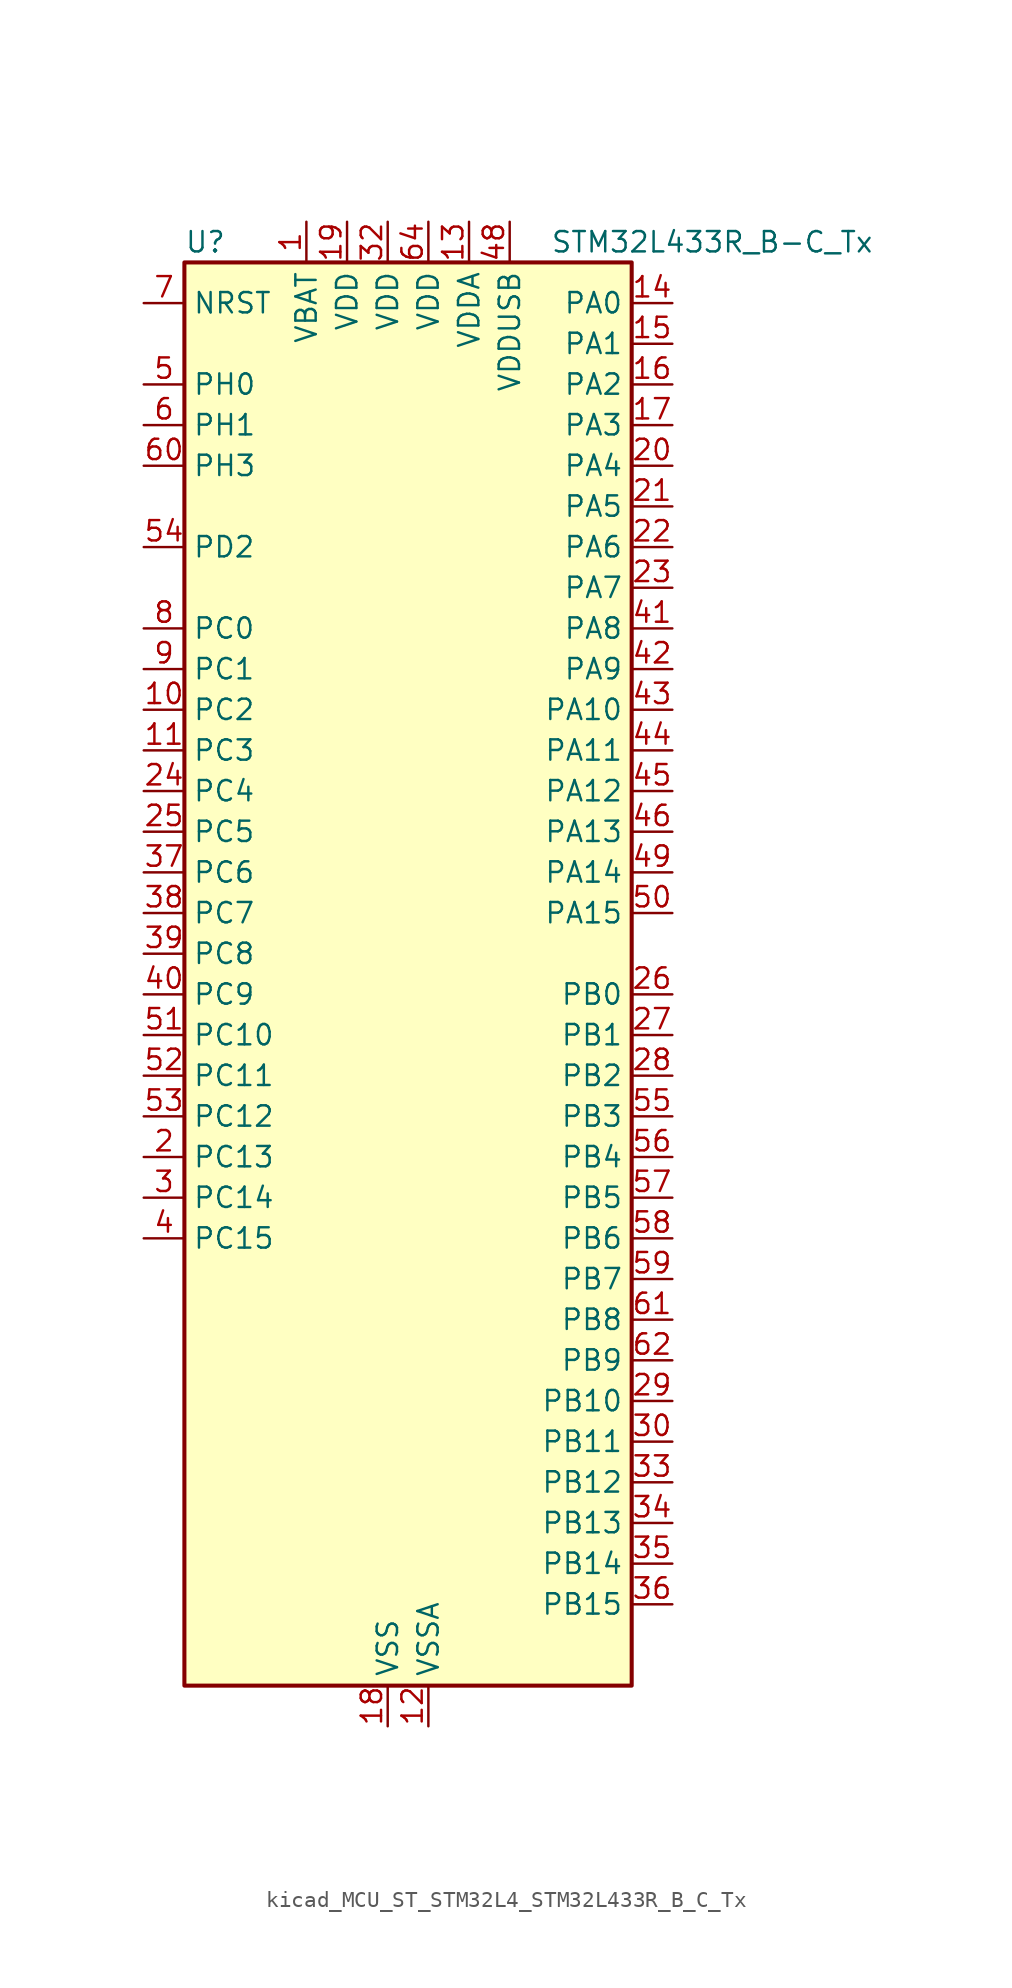
<source format=kicad_sym>
(kicad_symbol_lib
  (version 20220914)
  (generator kicad_symbol_editor)
  (symbol "kicad_MCU_ST_STM32L4_STM32L433R_B_C_Tx"
    (property "Reference" "U"
      (at -12.7 46.99 0)
      (effects (font (size 1.27 1.27)) (justify left)))
    (property "Value" "STM32L433R_B-C_Tx"
      (at 10.16 46.99 0)
      (effects (font (size 1.27 1.27)) (justify left)))
    (property "ki_locked" ""
      (at 0 0 0)
      (effects (font (size 1.27 1.27))))
    (symbol "kicad_MCU_ST_STM32L4_STM32L433R_B_C_Tx_0_1"
      (rectangle (start -12.7 -43.18) (end 15.24 45.72) (stroke (width 0.254) (type default)) (fill (type background))))
    (symbol "kicad_MCU_ST_STM32L4_STM32L433R_B_C_Tx_1_1"
      (pin power_in line (at -5.08 48.26 270) (length 2.54) (name "VBAT" (effects (font (size 1.27 1.27)))) (number "1" (effects (font (size 1.27 1.27)))))
      (pin bidirectional line (at -15.24 17.78 0) (length 2.54) (name "PC2" (effects (font (size 1.27 1.27)))) (number "10" (effects (font (size 1.27 1.27)))) (alternate "ADC1_IN3" bidirectional line) (alternate "LCD_SEG20" bidirectional line) (alternate "LPTIM1_IN2" bidirectional line) (alternate "SPI2_MISO" bidirectional line))
      (pin bidirectional line (at -15.24 15.24 0) (length 2.54) (name "PC3" (effects (font (size 1.27 1.27)))) (number "11" (effects (font (size 1.27 1.27)))) (alternate "ADC1_IN4" bidirectional line) (alternate "LCD_VLCD" bidirectional line) (alternate "LPTIM1_ETR" bidirectional line) (alternate "LPTIM2_ETR" bidirectional line) (alternate "SAI1_SD_A" bidirectional line) (alternate "SPI2_MOSI" bidirectional line))
      (pin power_in line (at 2.54 -45.72 90) (length 2.54) (name "VSSA" (effects (font (size 1.27 1.27)))) (number "12" (effects (font (size 1.27 1.27)))))
      (pin power_in line (at 5.08 48.26 270) (length 2.54) (name "VDDA" (effects (font (size 1.27 1.27)))) (number "13" (effects (font (size 1.27 1.27)))))
      (pin bidirectional line (at 17.78 43.18 180) (length 2.54) (name "PA0" (effects (font (size 1.27 1.27)))) (number "14" (effects (font (size 1.27 1.27)))) (alternate "ADC1_IN5" bidirectional line) (alternate "COMP1_INM" bidirectional line) (alternate "COMP1_OUT" bidirectional line) (alternate "OPAMP1_VINP" bidirectional line) (alternate "RTC_TAMP2" bidirectional line) (alternate "SAI1_EXTCLK" bidirectional line) (alternate "SYS_WKUP1" bidirectional line) (alternate "TIM2_CH1" bidirectional line) (alternate "TIM2_ETR" bidirectional line) (alternate "USART2_CTS" bidirectional line))
      (pin bidirectional line (at 17.78 40.64 180) (length 2.54) (name "PA1" (effects (font (size 1.27 1.27)))) (number "15" (effects (font (size 1.27 1.27)))) (alternate "ADC1_IN6" bidirectional line) (alternate "COMP1_INP" bidirectional line) (alternate "I2C1_SMBA" bidirectional line) (alternate "LCD_SEG0" bidirectional line) (alternate "OPAMP1_VINM" bidirectional line) (alternate "SPI1_SCK" bidirectional line) (alternate "TIM15_CH1N" bidirectional line) (alternate "TIM2_CH2" bidirectional line) (alternate "USART2_DE" bidirectional line) (alternate "USART2_RTS" bidirectional line))
      (pin bidirectional line (at 17.78 38.1 180) (length 2.54) (name "PA2" (effects (font (size 1.27 1.27)))) (number "16" (effects (font (size 1.27 1.27)))) (alternate "ADC1_IN7" bidirectional line) (alternate "COMP2_INM" bidirectional line) (alternate "COMP2_OUT" bidirectional line) (alternate "LCD_SEG1" bidirectional line) (alternate "LPUART1_TX" bidirectional line) (alternate "QUADSPI_BK1_NCS" bidirectional line) (alternate "RCC_LSCO" bidirectional line) (alternate "SYS_WKUP4" bidirectional line) (alternate "TIM15_CH1" bidirectional line) (alternate "TIM2_CH3" bidirectional line) (alternate "USART2_TX" bidirectional line))
      (pin bidirectional line (at 17.78 35.56 180) (length 2.54) (name "PA3" (effects (font (size 1.27 1.27)))) (number "17" (effects (font (size 1.27 1.27)))) (alternate "ADC1_IN8" bidirectional line) (alternate "COMP2_INP" bidirectional line) (alternate "LCD_SEG2" bidirectional line) (alternate "LPUART1_RX" bidirectional line) (alternate "OPAMP1_VOUT" bidirectional line) (alternate "QUADSPI_CLK" bidirectional line) (alternate "SAI1_MCLK_A" bidirectional line) (alternate "TIM15_CH2" bidirectional line) (alternate "TIM2_CH4" bidirectional line) (alternate "USART2_RX" bidirectional line))
      (pin power_in line (at 0 -45.72 90) (length 2.54) (name "VSS" (effects (font (size 1.27 1.27)))) (number "18" (effects (font (size 1.27 1.27)))))
      (pin power_in line (at -2.54 48.26 270) (length 2.54) (name "VDD" (effects (font (size 1.27 1.27)))) (number "19" (effects (font (size 1.27 1.27)))))
      (pin bidirectional line (at -15.24 -10.16 0) (length 2.54) (name "PC13" (effects (font (size 1.27 1.27)))) (number "2" (effects (font (size 1.27 1.27)))) (alternate "RTC_OUT_ALARM" bidirectional line) (alternate "RTC_OUT_CALIB" bidirectional line) (alternate "RTC_TAMP1" bidirectional line) (alternate "RTC_TS" bidirectional line) (alternate "SYS_WKUP2" bidirectional line))
      (pin bidirectional line (at 17.78 33.02 180) (length 2.54) (name "PA4" (effects (font (size 1.27 1.27)))) (number "20" (effects (font (size 1.27 1.27)))) (alternate "ADC1_IN9" bidirectional line) (alternate "COMP1_INM" bidirectional line) (alternate "COMP2_INM" bidirectional line) (alternate "DAC1_OUT1" bidirectional line) (alternate "LPTIM2_OUT" bidirectional line) (alternate "SAI1_FS_B" bidirectional line) (alternate "SPI1_NSS" bidirectional line) (alternate "SPI3_NSS" bidirectional line) (alternate "USART2_CK" bidirectional line))
      (pin bidirectional line (at 17.78 30.48 180) (length 2.54) (name "PA5" (effects (font (size 1.27 1.27)))) (number "21" (effects (font (size 1.27 1.27)))) (alternate "ADC1_IN10" bidirectional line) (alternate "COMP1_INM" bidirectional line) (alternate "COMP2_INM" bidirectional line) (alternate "DAC1_OUT2" bidirectional line) (alternate "LPTIM2_ETR" bidirectional line) (alternate "SPI1_SCK" bidirectional line) (alternate "TIM2_CH1" bidirectional line) (alternate "TIM2_ETR" bidirectional line))
      (pin bidirectional line (at 17.78 27.94 180) (length 2.54) (name "PA6" (effects (font (size 1.27 1.27)))) (number "22" (effects (font (size 1.27 1.27)))) (alternate "ADC1_IN11" bidirectional line) (alternate "COMP1_OUT" bidirectional line) (alternate "LCD_SEG3" bidirectional line) (alternate "LPUART1_CTS" bidirectional line) (alternate "QUADSPI_BK1_IO3" bidirectional line) (alternate "SPI1_MISO" bidirectional line) (alternate "TIM16_CH1" bidirectional line) (alternate "TIM1_BKIN" bidirectional line) (alternate "TIM1_BKIN_COMP2" bidirectional line) (alternate "USART3_CTS" bidirectional line))
      (pin bidirectional line (at 17.78 25.4 180) (length 2.54) (name "PA7" (effects (font (size 1.27 1.27)))) (number "23" (effects (font (size 1.27 1.27)))) (alternate "ADC1_IN12" bidirectional line) (alternate "COMP2_OUT" bidirectional line) (alternate "I2C3_SCL" bidirectional line) (alternate "LCD_SEG4" bidirectional line) (alternate "QUADSPI_BK1_IO2" bidirectional line) (alternate "SPI1_MOSI" bidirectional line) (alternate "TIM1_CH1N" bidirectional line))
      (pin bidirectional line (at -15.24 12.7 0) (length 2.54) (name "PC4" (effects (font (size 1.27 1.27)))) (number "24" (effects (font (size 1.27 1.27)))) (alternate "ADC1_IN13" bidirectional line) (alternate "COMP1_INM" bidirectional line) (alternate "LCD_SEG22" bidirectional line) (alternate "USART3_TX" bidirectional line))
      (pin bidirectional line (at -15.24 10.16 0) (length 2.54) (name "PC5" (effects (font (size 1.27 1.27)))) (number "25" (effects (font (size 1.27 1.27)))) (alternate "ADC1_IN14" bidirectional line) (alternate "COMP1_INP" bidirectional line) (alternate "LCD_SEG23" bidirectional line) (alternate "SYS_WKUP5" bidirectional line) (alternate "USART3_RX" bidirectional line))
      (pin bidirectional line (at 17.78 0 180) (length 2.54) (name "PB0" (effects (font (size 1.27 1.27)))) (number "26" (effects (font (size 1.27 1.27)))) (alternate "ADC1_IN15" bidirectional line) (alternate "COMP1_OUT" bidirectional line) (alternate "LCD_SEG5" bidirectional line) (alternate "QUADSPI_BK1_IO1" bidirectional line) (alternate "SAI1_EXTCLK" bidirectional line) (alternate "SPI1_NSS" bidirectional line) (alternate "TIM1_CH2N" bidirectional line) (alternate "USART3_CK" bidirectional line))
      (pin bidirectional line (at 17.78 -2.54 180) (length 2.54) (name "PB1" (effects (font (size 1.27 1.27)))) (number "27" (effects (font (size 1.27 1.27)))) (alternate "ADC1_IN16" bidirectional line) (alternate "COMP1_INM" bidirectional line) (alternate "LCD_SEG6" bidirectional line) (alternate "LPTIM2_IN1" bidirectional line) (alternate "LPUART1_DE" bidirectional line) (alternate "LPUART1_RTS" bidirectional line) (alternate "QUADSPI_BK1_IO0" bidirectional line) (alternate "TIM1_CH3N" bidirectional line) (alternate "USART3_DE" bidirectional line) (alternate "USART3_RTS" bidirectional line))
      (pin bidirectional line (at 17.78 -5.08 180) (length 2.54) (name "PB2" (effects (font (size 1.27 1.27)))) (number "28" (effects (font (size 1.27 1.27)))) (alternate "COMP1_INP" bidirectional line) (alternate "I2C3_SMBA" bidirectional line) (alternate "LCD_VLCD" bidirectional line) (alternate "LPTIM1_OUT" bidirectional line) (alternate "RTC_OUT_ALARM" bidirectional line) (alternate "RTC_OUT_CALIB" bidirectional line))
      (pin bidirectional line (at 17.78 -25.4 180) (length 2.54) (name "PB10" (effects (font (size 1.27 1.27)))) (number "29" (effects (font (size 1.27 1.27)))) (alternate "COMP1_OUT" bidirectional line) (alternate "I2C2_SCL" bidirectional line) (alternate "LCD_SEG10" bidirectional line) (alternate "LPUART1_RX" bidirectional line) (alternate "QUADSPI_CLK" bidirectional line) (alternate "SAI1_SCK_A" bidirectional line) (alternate "SPI2_SCK" bidirectional line) (alternate "TIM2_CH3" bidirectional line) (alternate "TSC_SYNC" bidirectional line) (alternate "USART3_TX" bidirectional line))
      (pin bidirectional line (at -15.24 -12.7 0) (length 2.54) (name "PC14" (effects (font (size 1.27 1.27)))) (number "3" (effects (font (size 1.27 1.27)))) (alternate "RCC_OSC32_IN" bidirectional line))
      (pin bidirectional line (at 17.78 -27.94 180) (length 2.54) (name "PB11" (effects (font (size 1.27 1.27)))) (number "30" (effects (font (size 1.27 1.27)))) (alternate "ADC1_EXTI11" bidirectional line) (alternate "COMP2_OUT" bidirectional line) (alternate "I2C2_SDA" bidirectional line) (alternate "LCD_SEG11" bidirectional line) (alternate "LPUART1_TX" bidirectional line) (alternate "QUADSPI_BK1_NCS" bidirectional line) (alternate "TIM2_CH4" bidirectional line) (alternate "USART3_RX" bidirectional line))
      (pin passive line (at 0 -45.72 90) (length 2.54) hide (name "VSS" (effects (font (size 1.27 1.27)))) (number "31" (effects (font (size 1.27 1.27)))))
      (pin power_in line (at 0 48.26 270) (length 2.54) (name "VDD" (effects (font (size 1.27 1.27)))) (number "32" (effects (font (size 1.27 1.27)))))
      (pin bidirectional line (at 17.78 -30.48 180) (length 2.54) (name "PB12" (effects (font (size 1.27 1.27)))) (number "33" (effects (font (size 1.27 1.27)))) (alternate "I2C2_SMBA" bidirectional line) (alternate "LCD_SEG12" bidirectional line) (alternate "LPUART1_DE" bidirectional line) (alternate "LPUART1_RTS" bidirectional line) (alternate "SAI1_FS_A" bidirectional line) (alternate "SPI2_NSS" bidirectional line) (alternate "SWPMI1_IO" bidirectional line) (alternate "TIM15_BKIN" bidirectional line) (alternate "TIM1_BKIN" bidirectional line) (alternate "TIM1_BKIN_COMP2" bidirectional line) (alternate "TSC_G1_IO1" bidirectional line) (alternate "USART3_CK" bidirectional line))
      (pin bidirectional line (at 17.78 -33.02 180) (length 2.54) (name "PB13" (effects (font (size 1.27 1.27)))) (number "34" (effects (font (size 1.27 1.27)))) (alternate "I2C2_SCL" bidirectional line) (alternate "LCD_SEG13" bidirectional line) (alternate "LPUART1_CTS" bidirectional line) (alternate "SAI1_SCK_A" bidirectional line) (alternate "SPI2_SCK" bidirectional line) (alternate "SWPMI1_TX" bidirectional line) (alternate "TIM15_CH1N" bidirectional line) (alternate "TIM1_CH1N" bidirectional line) (alternate "TSC_G1_IO2" bidirectional line) (alternate "USART3_CTS" bidirectional line))
      (pin bidirectional line (at 17.78 -35.56 180) (length 2.54) (name "PB14" (effects (font (size 1.27 1.27)))) (number "35" (effects (font (size 1.27 1.27)))) (alternate "I2C2_SDA" bidirectional line) (alternate "LCD_SEG14" bidirectional line) (alternate "SAI1_MCLK_A" bidirectional line) (alternate "SPI2_MISO" bidirectional line) (alternate "SWPMI1_RX" bidirectional line) (alternate "TIM15_CH1" bidirectional line) (alternate "TIM1_CH2N" bidirectional line) (alternate "TSC_G1_IO3" bidirectional line) (alternate "USART3_DE" bidirectional line) (alternate "USART3_RTS" bidirectional line))
      (pin bidirectional line (at 17.78 -38.1 180) (length 2.54) (name "PB15" (effects (font (size 1.27 1.27)))) (number "36" (effects (font (size 1.27 1.27)))) (alternate "ADC1_EXTI15" bidirectional line) (alternate "LCD_SEG15" bidirectional line) (alternate "RTC_REFIN" bidirectional line) (alternate "SAI1_SD_A" bidirectional line) (alternate "SPI2_MOSI" bidirectional line) (alternate "SWPMI1_SUSPEND" bidirectional line) (alternate "TIM15_CH2" bidirectional line) (alternate "TIM1_CH3N" bidirectional line) (alternate "TSC_G1_IO4" bidirectional line))
      (pin bidirectional line (at -15.24 7.62 0) (length 2.54) (name "PC6" (effects (font (size 1.27 1.27)))) (number "37" (effects (font (size 1.27 1.27)))) (alternate "LCD_SEG24" bidirectional line) (alternate "SDMMC1_D6" bidirectional line) (alternate "TSC_G4_IO1" bidirectional line))
      (pin bidirectional line (at -15.24 5.08 0) (length 2.54) (name "PC7" (effects (font (size 1.27 1.27)))) (number "38" (effects (font (size 1.27 1.27)))) (alternate "LCD_SEG25" bidirectional line) (alternate "SDMMC1_D7" bidirectional line) (alternate "TSC_G4_IO2" bidirectional line))
      (pin bidirectional line (at -15.24 2.54 0) (length 2.54) (name "PC8" (effects (font (size 1.27 1.27)))) (number "39" (effects (font (size 1.27 1.27)))) (alternate "LCD_SEG26" bidirectional line) (alternate "SDMMC1_D0" bidirectional line) (alternate "TSC_G4_IO3" bidirectional line))
      (pin bidirectional line (at -15.24 -15.24 0) (length 2.54) (name "PC15" (effects (font (size 1.27 1.27)))) (number "4" (effects (font (size 1.27 1.27)))) (alternate "ADC1_EXTI15" bidirectional line) (alternate "RCC_OSC32_OUT" bidirectional line))
      (pin bidirectional line (at -15.24 0 0) (length 2.54) (name "PC9" (effects (font (size 1.27 1.27)))) (number "40" (effects (font (size 1.27 1.27)))) (alternate "DAC1_EXTI9" bidirectional line) (alternate "LCD_SEG27" bidirectional line) (alternate "SDMMC1_D1" bidirectional line) (alternate "TSC_G4_IO4" bidirectional line) (alternate "USB_NOE" bidirectional line))
      (pin bidirectional line (at 17.78 22.86 180) (length 2.54) (name "PA8" (effects (font (size 1.27 1.27)))) (number "41" (effects (font (size 1.27 1.27)))) (alternate "LCD_COM0" bidirectional line) (alternate "LPTIM2_OUT" bidirectional line) (alternate "RCC_MCO" bidirectional line) (alternate "SAI1_SCK_A" bidirectional line) (alternate "SWPMI1_IO" bidirectional line) (alternate "TIM1_CH1" bidirectional line) (alternate "USART1_CK" bidirectional line))
      (pin bidirectional line (at 17.78 20.32 180) (length 2.54) (name "PA9" (effects (font (size 1.27 1.27)))) (number "42" (effects (font (size 1.27 1.27)))) (alternate "DAC1_EXTI9" bidirectional line) (alternate "I2C1_SCL" bidirectional line) (alternate "LCD_COM1" bidirectional line) (alternate "SAI1_FS_A" bidirectional line) (alternate "TIM15_BKIN" bidirectional line) (alternate "TIM1_CH2" bidirectional line) (alternate "USART1_TX" bidirectional line))
      (pin bidirectional line (at 17.78 17.78 180) (length 2.54) (name "PA10" (effects (font (size 1.27 1.27)))) (number "43" (effects (font (size 1.27 1.27)))) (alternate "CRS_SYNC" bidirectional line) (alternate "I2C1_SDA" bidirectional line) (alternate "LCD_COM2" bidirectional line) (alternate "SAI1_SD_A" bidirectional line) (alternate "TIM1_CH3" bidirectional line) (alternate "USART1_RX" bidirectional line))
      (pin bidirectional line (at 17.78 15.24 180) (length 2.54) (name "PA11" (effects (font (size 1.27 1.27)))) (number "44" (effects (font (size 1.27 1.27)))) (alternate "ADC1_EXTI11" bidirectional line) (alternate "CAN1_RX" bidirectional line) (alternate "COMP1_OUT" bidirectional line) (alternate "SPI1_MISO" bidirectional line) (alternate "TIM1_BKIN2" bidirectional line) (alternate "TIM1_BKIN2_COMP1" bidirectional line) (alternate "TIM1_CH4" bidirectional line) (alternate "USART1_CTS" bidirectional line) (alternate "USB_DM" bidirectional line))
      (pin bidirectional line (at 17.78 12.7 180) (length 2.54) (name "PA12" (effects (font (size 1.27 1.27)))) (number "45" (effects (font (size 1.27 1.27)))) (alternate "CAN1_TX" bidirectional line) (alternate "SPI1_MOSI" bidirectional line) (alternate "TIM1_ETR" bidirectional line) (alternate "USART1_DE" bidirectional line) (alternate "USART1_RTS" bidirectional line) (alternate "USB_DP" bidirectional line))
      (pin bidirectional line (at 17.78 10.16 180) (length 2.54) (name "PA13" (effects (font (size 1.27 1.27)))) (number "46" (effects (font (size 1.27 1.27)))) (alternate "IR_OUT" bidirectional line) (alternate "SAI1_SD_B" bidirectional line) (alternate "SWPMI1_TX" bidirectional line) (alternate "SYS_JTMS-SWDIO" bidirectional line) (alternate "USB_NOE" bidirectional line))
      (pin passive line (at 0 -45.72 90) (length 2.54) hide (name "VSS" (effects (font (size 1.27 1.27)))) (number "47" (effects (font (size 1.27 1.27)))))
      (pin power_in line (at 7.62 48.26 270) (length 2.54) (name "VDDUSB" (effects (font (size 1.27 1.27)))) (number "48" (effects (font (size 1.27 1.27)))))
      (pin bidirectional line (at 17.78 7.62 180) (length 2.54) (name "PA14" (effects (font (size 1.27 1.27)))) (number "49" (effects (font (size 1.27 1.27)))) (alternate "I2C1_SMBA" bidirectional line) (alternate "LPTIM1_OUT" bidirectional line) (alternate "SAI1_FS_B" bidirectional line) (alternate "SWPMI1_RX" bidirectional line) (alternate "SYS_JTCK-SWCLK" bidirectional line))
      (pin bidirectional line (at -15.24 38.1 0) (length 2.54) (name "PH0" (effects (font (size 1.27 1.27)))) (number "5" (effects (font (size 1.27 1.27)))) (alternate "RCC_OSC_IN" bidirectional line))
      (pin bidirectional line (at 17.78 5.08 180) (length 2.54) (name "PA15" (effects (font (size 1.27 1.27)))) (number "50" (effects (font (size 1.27 1.27)))) (alternate "ADC1_EXTI15" bidirectional line) (alternate "LCD_SEG17" bidirectional line) (alternate "SPI1_NSS" bidirectional line) (alternate "SPI3_NSS" bidirectional line) (alternate "SWPMI1_SUSPEND" bidirectional line) (alternate "SYS_JTDI" bidirectional line) (alternate "TIM2_CH1" bidirectional line) (alternate "TIM2_ETR" bidirectional line) (alternate "TSC_G3_IO1" bidirectional line) (alternate "USART2_RX" bidirectional line) (alternate "USART3_DE" bidirectional line) (alternate "USART3_RTS" bidirectional line))
      (pin bidirectional line (at -15.24 -2.54 0) (length 2.54) (name "PC10" (effects (font (size 1.27 1.27)))) (number "51" (effects (font (size 1.27 1.27)))) (alternate "LCD_COM4" bidirectional line) (alternate "LCD_SEG28" bidirectional line) (alternate "LCD_SEG40" bidirectional line) (alternate "SDMMC1_D2" bidirectional line) (alternate "SPI3_SCK" bidirectional line) (alternate "TSC_G3_IO2" bidirectional line) (alternate "USART3_TX" bidirectional line))
      (pin bidirectional line (at -15.24 -5.08 0) (length 2.54) (name "PC11" (effects (font (size 1.27 1.27)))) (number "52" (effects (font (size 1.27 1.27)))) (alternate "ADC1_EXTI11" bidirectional line) (alternate "LCD_COM5" bidirectional line) (alternate "LCD_SEG29" bidirectional line) (alternate "LCD_SEG41" bidirectional line) (alternate "SDMMC1_D3" bidirectional line) (alternate "SPI3_MISO" bidirectional line) (alternate "TSC_G3_IO3" bidirectional line) (alternate "USART3_RX" bidirectional line))
      (pin bidirectional line (at -15.24 -7.62 0) (length 2.54) (name "PC12" (effects (font (size 1.27 1.27)))) (number "53" (effects (font (size 1.27 1.27)))) (alternate "LCD_COM6" bidirectional line) (alternate "LCD_SEG30" bidirectional line) (alternate "LCD_SEG42" bidirectional line) (alternate "SDMMC1_CK" bidirectional line) (alternate "SPI3_MOSI" bidirectional line) (alternate "TSC_G3_IO4" bidirectional line) (alternate "USART3_CK" bidirectional line))
      (pin bidirectional line (at -15.24 27.94 0) (length 2.54) (name "PD2" (effects (font (size 1.27 1.27)))) (number "54" (effects (font (size 1.27 1.27)))) (alternate "LCD_COM7" bidirectional line) (alternate "LCD_SEG31" bidirectional line) (alternate "LCD_SEG43" bidirectional line) (alternate "SDMMC1_CMD" bidirectional line) (alternate "TSC_SYNC" bidirectional line) (alternate "USART3_DE" bidirectional line) (alternate "USART3_RTS" bidirectional line))
      (pin bidirectional line (at 17.78 -7.62 180) (length 2.54) (name "PB3" (effects (font (size 1.27 1.27)))) (number "55" (effects (font (size 1.27 1.27)))) (alternate "COMP2_INM" bidirectional line) (alternate "LCD_SEG7" bidirectional line) (alternate "SAI1_SCK_B" bidirectional line) (alternate "SPI1_SCK" bidirectional line) (alternate "SPI3_SCK" bidirectional line) (alternate "SYS_JTDO-SWO" bidirectional line) (alternate "TIM2_CH2" bidirectional line) (alternate "USART1_DE" bidirectional line) (alternate "USART1_RTS" bidirectional line))
      (pin bidirectional line (at 17.78 -10.16 180) (length 2.54) (name "PB4" (effects (font (size 1.27 1.27)))) (number "56" (effects (font (size 1.27 1.27)))) (alternate "COMP2_INP" bidirectional line) (alternate "I2C3_SDA" bidirectional line) (alternate "LCD_SEG8" bidirectional line) (alternate "SAI1_MCLK_B" bidirectional line) (alternate "SPI1_MISO" bidirectional line) (alternate "SPI3_MISO" bidirectional line) (alternate "SYS_JTRST" bidirectional line) (alternate "TSC_G2_IO1" bidirectional line) (alternate "USART1_CTS" bidirectional line))
      (pin bidirectional line (at 17.78 -12.7 180) (length 2.54) (name "PB5" (effects (font (size 1.27 1.27)))) (number "57" (effects (font (size 1.27 1.27)))) (alternate "COMP2_OUT" bidirectional line) (alternate "I2C1_SMBA" bidirectional line) (alternate "LCD_SEG9" bidirectional line) (alternate "LPTIM1_IN1" bidirectional line) (alternate "SAI1_SD_B" bidirectional line) (alternate "SPI1_MOSI" bidirectional line) (alternate "SPI3_MOSI" bidirectional line) (alternate "TIM16_BKIN" bidirectional line) (alternate "TSC_G2_IO2" bidirectional line) (alternate "USART1_CK" bidirectional line))
      (pin bidirectional line (at 17.78 -15.24 180) (length 2.54) (name "PB6" (effects (font (size 1.27 1.27)))) (number "58" (effects (font (size 1.27 1.27)))) (alternate "COMP2_INP" bidirectional line) (alternate "I2C1_SCL" bidirectional line) (alternate "LPTIM1_ETR" bidirectional line) (alternate "SAI1_FS_B" bidirectional line) (alternate "TIM16_CH1N" bidirectional line) (alternate "TSC_G2_IO3" bidirectional line) (alternate "USART1_TX" bidirectional line))
      (pin bidirectional line (at 17.78 -17.78 180) (length 2.54) (name "PB7" (effects (font (size 1.27 1.27)))) (number "59" (effects (font (size 1.27 1.27)))) (alternate "COMP2_INM" bidirectional line) (alternate "I2C1_SDA" bidirectional line) (alternate "LCD_SEG21" bidirectional line) (alternate "LPTIM1_IN2" bidirectional line) (alternate "SYS_PVD_IN" bidirectional line) (alternate "TSC_G2_IO4" bidirectional line) (alternate "USART1_RX" bidirectional line))
      (pin bidirectional line (at -15.24 35.56 0) (length 2.54) (name "PH1" (effects (font (size 1.27 1.27)))) (number "6" (effects (font (size 1.27 1.27)))) (alternate "RCC_OSC_OUT" bidirectional line))
      (pin bidirectional line (at -15.24 33.02 0) (length 2.54) (name "PH3" (effects (font (size 1.27 1.27)))) (number "60" (effects (font (size 1.27 1.27)))))
      (pin bidirectional line (at 17.78 -20.32 180) (length 2.54) (name "PB8" (effects (font (size 1.27 1.27)))) (number "61" (effects (font (size 1.27 1.27)))) (alternate "CAN1_RX" bidirectional line) (alternate "I2C1_SCL" bidirectional line) (alternate "LCD_SEG16" bidirectional line) (alternate "SAI1_MCLK_A" bidirectional line) (alternate "SDMMC1_D4" bidirectional line) (alternate "TIM16_CH1" bidirectional line))
      (pin bidirectional line (at 17.78 -22.86 180) (length 2.54) (name "PB9" (effects (font (size 1.27 1.27)))) (number "62" (effects (font (size 1.27 1.27)))) (alternate "CAN1_TX" bidirectional line) (alternate "DAC1_EXTI9" bidirectional line) (alternate "I2C1_SDA" bidirectional line) (alternate "IR_OUT" bidirectional line) (alternate "LCD_COM3" bidirectional line) (alternate "SAI1_FS_A" bidirectional line) (alternate "SDMMC1_D5" bidirectional line) (alternate "SPI2_NSS" bidirectional line))
      (pin passive line (at 0 -45.72 90) (length 2.54) hide (name "VSS" (effects (font (size 1.27 1.27)))) (number "63" (effects (font (size 1.27 1.27)))))
      (pin power_in line (at 2.54 48.26 270) (length 2.54) (name "VDD" (effects (font (size 1.27 1.27)))) (number "64" (effects (font (size 1.27 1.27)))))
      (pin input line (at -15.24 43.18 0) (length 2.54) (name "NRST" (effects (font (size 1.27 1.27)))) (number "7" (effects (font (size 1.27 1.27)))))
      (pin bidirectional line (at -15.24 22.86 0) (length 2.54) (name "PC0" (effects (font (size 1.27 1.27)))) (number "8" (effects (font (size 1.27 1.27)))) (alternate "ADC1_IN1" bidirectional line) (alternate "I2C3_SCL" bidirectional line) (alternate "LCD_SEG18" bidirectional line) (alternate "LPTIM1_IN1" bidirectional line) (alternate "LPTIM2_IN1" bidirectional line) (alternate "LPUART1_RX" bidirectional line))
      (pin bidirectional line (at -15.24 20.32 0) (length 2.54) (name "PC1" (effects (font (size 1.27 1.27)))) (number "9" (effects (font (size 1.27 1.27)))) (alternate "ADC1_IN2" bidirectional line) (alternate "I2C3_SDA" bidirectional line) (alternate "LCD_SEG19" bidirectional line) (alternate "LPTIM1_OUT" bidirectional line) (alternate "LPUART1_TX" bidirectional line)))))
</source>
